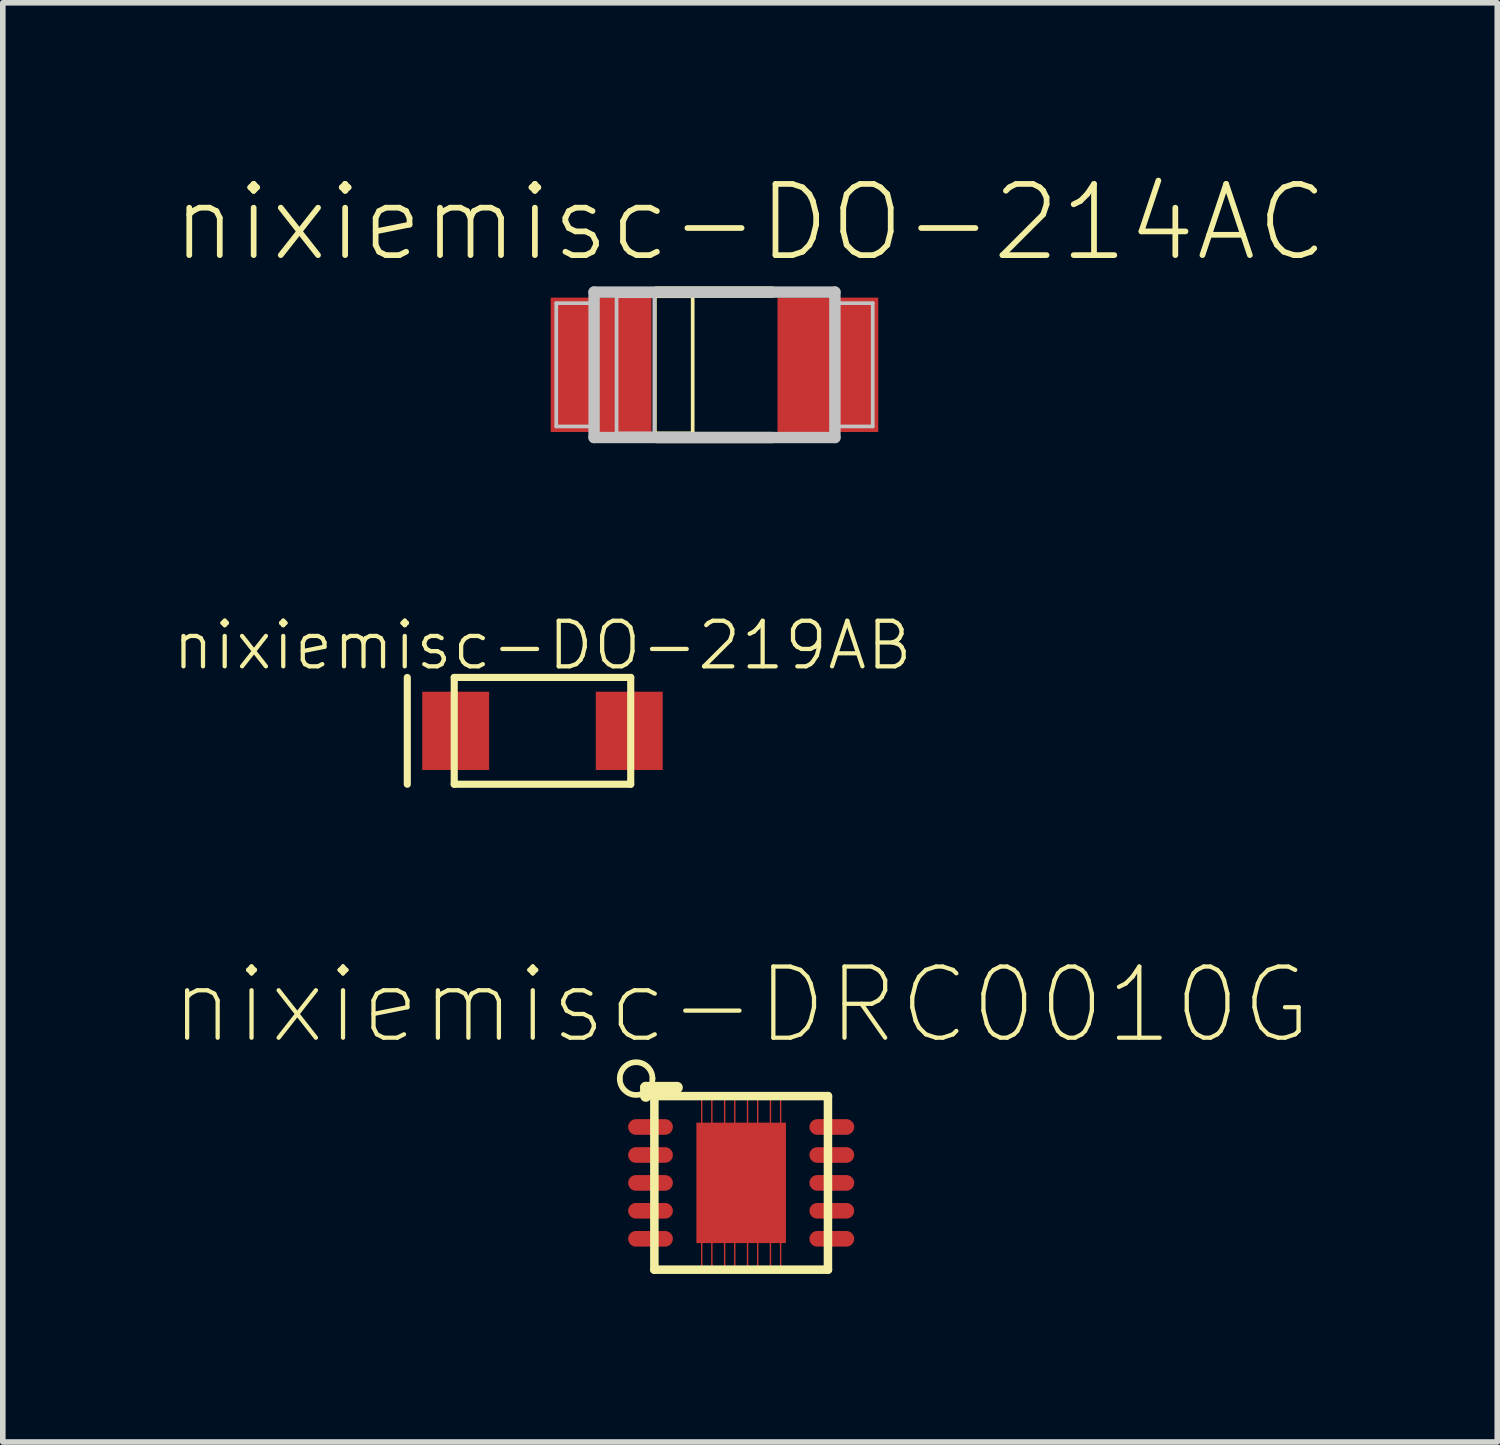
<source format=kicad_pcb>
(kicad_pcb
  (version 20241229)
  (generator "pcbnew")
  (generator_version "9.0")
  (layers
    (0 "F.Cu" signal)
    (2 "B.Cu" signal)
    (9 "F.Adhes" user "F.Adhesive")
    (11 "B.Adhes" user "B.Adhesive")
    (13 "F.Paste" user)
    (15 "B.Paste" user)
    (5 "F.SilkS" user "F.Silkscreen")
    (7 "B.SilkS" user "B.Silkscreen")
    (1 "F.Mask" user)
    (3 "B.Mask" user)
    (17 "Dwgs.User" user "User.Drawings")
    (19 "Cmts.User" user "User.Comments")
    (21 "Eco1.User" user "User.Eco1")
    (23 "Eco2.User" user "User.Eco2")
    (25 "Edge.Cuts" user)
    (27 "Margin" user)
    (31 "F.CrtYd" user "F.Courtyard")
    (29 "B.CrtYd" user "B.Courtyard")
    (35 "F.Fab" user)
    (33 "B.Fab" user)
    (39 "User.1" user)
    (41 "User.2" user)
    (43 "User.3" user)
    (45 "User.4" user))
  (footprint "nixiemisc-DO-214AC"
    (layer "F.Cu")
    (at 9.702 3.461)
    (property "Reference" "nixiemisc-DO-214AC" (at 0.635 -2.54 0) (unlocked yes) (layer "F.SilkS") (effects (font (size 1.27 1.27) (thickness 0.102))))
    (attr smd)
    (fp_line (start -1.064 -1.224) (end -0.389 -1.224) (stroke (width 0.066) (type solid)) (layer "F.SilkS"))
    (fp_line (start -1.064 1.224) (end -1.064 -1.224) (stroke (width 0.066) (type solid)) (layer "F.SilkS"))
    (fp_line (start -1.064 1.224) (end -0.389 1.224) (stroke (width 0.066) (type solid)) (layer "F.SilkS"))
    (fp_line (start -1.034 -1.298) (end 1.024 -1.298) (stroke (width 0.203) (type solid)) (layer "F.SilkS"))
    (fp_line (start -0.389 1.224) (end -0.389 -1.224) (stroke (width 0.066) (type solid)) (layer "F.SilkS"))
    (fp_line (start 1.024 1.298) (end -1.034 1.298) (stroke (width 0.203) (type solid)) (layer "F.SilkS"))
    (fp_line (start -2.824 -1.1) (end -2.174 -1.1) (stroke (width 0.066) (type solid)) (layer "Dwgs.User"))
    (fp_line (start -2.824 1.1) (end -2.824 -1.1) (stroke (width 0.066) (type solid)) (layer "Dwgs.User"))
    (fp_line (start -2.824 1.1) (end -2.174 1.1) (stroke (width 0.066) (type solid)) (layer "Dwgs.User"))
    (fp_line (start -2.174 1.1) (end -2.174 -1.1) (stroke (width 0.066) (type solid)) (layer "Dwgs.User"))
    (fp_line (start -2.149 -1.298) (end 2.149 -1.298) (stroke (width 0.203) (type solid)) (layer "Dwgs.User"))
    (fp_line (start -2.149 1.298) (end -2.149 -1.298) (stroke (width 0.203) (type solid)) (layer "Dwgs.User"))
    (fp_line (start -1.748 -1.224) (end -1.074 -1.224) (stroke (width 0.066) (type solid)) (layer "Dwgs.User"))
    (fp_line (start -1.748 1.224) (end -1.748 -1.224) (stroke (width 0.066) (type solid)) (layer "Dwgs.User"))
    (fp_line (start -1.748 1.224) (end -1.074 1.224) (stroke (width 0.066) (type solid)) (layer "Dwgs.User"))
    (fp_line (start -1.074 1.224) (end -1.074 -1.224) (stroke (width 0.066) (type solid)) (layer "Dwgs.User"))
    (fp_line (start 2.149 -1.298) (end 2.149 1.298) (stroke (width 0.203) (type solid)) (layer "Dwgs.User"))
    (fp_line (start 2.149 1.298) (end -2.149 1.298) (stroke (width 0.203) (type solid)) (layer "Dwgs.User"))
    (fp_line (start 2.174 -1.1) (end 2.174 1.1) (stroke (width 0.066) (type solid)) (layer "Dwgs.User"))
    (fp_line (start 2.824 -1.1) (end 2.174 -1.1) (stroke (width 0.066) (type solid)) (layer "Dwgs.User"))
    (fp_line (start 2.824 -1.1) (end 2.824 1.1) (stroke (width 0.066) (type solid)) (layer "Dwgs.User"))
    (fp_line (start 2.824 1.1) (end 2.174 1.1) (stroke (width 0.066) (type solid)) (layer "Dwgs.User"))
    (pad "A" smd rect (at 2.024 0 180) (size 1.798 2.398) (layers "F.Cu" "F.Mask" "F.Paste"))
    (pad "C" smd rect (at -2.024 0) (size 1.798 2.398) (layers "F.Cu" "F.Mask" "F.Paste")))
  (footprint "nixiemisc-DO-219AB"
    (layer "F.Cu")
    (at 6.632 9.994)
    (property "Reference" "nixiemisc-DO-219AB" (at 0 -1.524 0) (unlocked yes) (layer "F.SilkS") (effects (font (size 0.813 0.813) (thickness 0.076))))
    (attr smd)
    (fp_line (start -2.413 -0.953) (end -2.413 0.953) (stroke (width 0.127) (type solid)) (layer "F.SilkS"))
    (fp_line (start -1.575 -0.953) (end 1.575 -0.953) (stroke (width 0.127) (type solid)) (layer "F.SilkS"))
    (fp_line (start -1.575 0.953) (end -1.575 -0.953) (stroke (width 0.127) (type solid)) (layer "F.SilkS"))
    (fp_line (start 1.575 -0.953) (end 1.575 0.953) (stroke (width 0.127) (type solid)) (layer "F.SilkS"))
    (fp_line (start 1.575 0.953) (end -1.575 0.953) (stroke (width 0.127) (type solid)) (layer "F.SilkS"))
    (pad "A" smd rect (at 1.549 0 180) (size 1.194 1.397) (layers "F.Cu" "F.Mask" "F.Paste"))
    (pad "C" smd rect (at -1.549 0) (size 1.194 1.397) (layers "F.Cu" "F.Mask" "F.Paste")))
  (footprint "nixiemisc-DRC0010G"
    (layer "F.Cu")
    (at 10.178 18.062)
    (property "Reference" "nixiemisc-DRC0010G" (at 0 -3.175 0) (unlocked yes) (layer "F.SilkS") (effects (font (size 1.27 1.27) (thickness 0.076))))
    (attr smd)
    (fp_poly (pts (xy -0.523 -1.499) (xy -0.704 -1.499) (xy -0.704 -1.049) (xy -0.523 -1.049) (xy -0.523 -1.499)) (stroke (width 0.025) (type solid)) (fill no) (layer "F.Cu"))
    (fp_poly (pts (xy -0.523 1.049) (xy -0.704 1.049) (xy -0.704 1.499) (xy -0.523 1.499) (xy -0.523 1.049)) (stroke (width 0.025) (type solid)) (fill no) (layer "F.Cu"))
    (fp_poly (pts (xy -0.114 -1.499) (xy -0.295 -1.499) (xy -0.295 -1.049) (xy -0.114 -1.049) (xy -0.114 -1.499)) (stroke (width 0.025) (type solid)) (fill no) (layer "F.Cu"))
    (fp_poly (pts (xy -0.114 1.049) (xy -0.295 1.049) (xy -0.295 1.499) (xy -0.114 1.499) (xy -0.114 1.049)) (stroke (width 0.025) (type solid)) (fill no) (layer "F.Cu"))
    (fp_poly (pts (xy 0.295 -1.499) (xy 0.114 -1.499) (xy 0.114 -1.049) (xy 0.295 -1.049) (xy 0.295 -1.499)) (stroke (width 0.025) (type solid)) (fill no) (layer "F.Cu"))
    (fp_poly (pts (xy 0.295 1.049) (xy 0.114 1.049) (xy 0.114 1.499) (xy 0.295 1.499) (xy 0.295 1.049)) (stroke (width 0.025) (type solid)) (fill no) (layer "F.Cu"))
    (fp_poly (pts (xy 0.704 -1.499) (xy 0.523 -1.499) (xy 0.523 -1.049) (xy 0.704 -1.049) (xy 0.704 -1.499)) (stroke (width 0.025) (type solid)) (fill no) (layer "F.Cu"))
    (fp_poly (pts (xy 0.704 1.049) (xy 0.523 1.049) (xy 0.523 1.499) (xy 0.704 1.499) (xy 0.704 1.049)) (stroke (width 0.025) (type solid)) (fill no) (layer "F.Cu"))
    (fp_poly (pts (xy -0.523 -1.499) (xy -0.704 -1.499) (xy -0.704 -1.049) (xy -0.523 -1.049) (xy -0.523 -1.499)) (stroke (width 0.025) (type solid)) (fill no) (layer "F.Mask"))
    (fp_poly (pts (xy -0.523 1.049) (xy -0.704 1.049) (xy -0.704 1.499) (xy -0.523 1.499) (xy -0.523 1.049)) (stroke (width 0.025) (type solid)) (fill no) (layer "F.Mask"))
    (fp_poly (pts (xy -0.114 -1.499) (xy -0.295 -1.499) (xy -0.295 -1.049) (xy -0.114 -1.049) (xy -0.114 -1.499)) (stroke (width 0.025) (type solid)) (fill no) (layer "F.Mask"))
    (fp_poly (pts (xy -0.114 1.049) (xy -0.295 1.049) (xy -0.295 1.499) (xy -0.114 1.499) (xy -0.114 1.049)) (stroke (width 0.025) (type solid)) (fill no) (layer "F.Mask"))
    (fp_poly (pts (xy 0.295 -1.499) (xy 0.114 -1.499) (xy 0.114 -1.049) (xy 0.295 -1.049) (xy 0.295 -1.499)) (stroke (width 0.025) (type solid)) (fill no) (layer "F.Mask"))
    (fp_poly (pts (xy 0.295 1.049) (xy 0.114 1.049) (xy 0.114 1.499) (xy 0.295 1.499) (xy 0.295 1.049)) (stroke (width 0.025) (type solid)) (fill no) (layer "F.Mask"))
    (fp_poly (pts (xy 0.704 -1.499) (xy 0.523 -1.499) (xy 0.523 -1.049) (xy 0.704 -1.049) (xy 0.704 -1.499)) (stroke (width 0.025) (type solid)) (fill no) (layer "F.Mask"))
    (fp_poly (pts (xy 0.704 1.049) (xy 0.523 1.049) (xy 0.523 1.499) (xy 0.704 1.499) (xy 0.704 1.049)) (stroke (width 0.025) (type solid)) (fill no) (layer "F.Mask"))
    (fp_line (start -1.702 -1.702) (end -1.143 -1.702) (stroke (width 0.203) (type solid)) (layer "F.SilkS"))
    (fp_line (start -1.702 -1.549) (end -1.702 -1.702) (stroke (width 0.203) (type solid)) (layer "F.SilkS"))
    (fp_line (start -1.549 -1.549) (end 1.549 -1.549) (stroke (width 0.152) (type solid)) (layer "F.SilkS"))
    (fp_line (start -1.549 1.549) (end -1.549 -1.549) (stroke (width 0.152) (type solid)) (layer "F.SilkS"))
    (fp_line (start -1.549 1.549) (end 1.549 1.549) (stroke (width 0.152) (type solid)) (layer "F.SilkS"))
    (fp_line (start 1.549 1.549) (end 1.549 -1.549) (stroke (width 0.152) (type solid)) (layer "F.SilkS"))
    (fp_arc (start -2.16662 -1.86182) (mid -1.87452 -2.15392) (end -1.58242 -1.86182) (stroke (width 0.1016) (type solid)) (layer "F.SilkS"))
    (fp_arc (start -1.58242 -1.86182) (mid -1.87452 -1.56972) (end -2.16662 -1.86182) (stroke (width 0.1016) (type solid)) (layer "F.SilkS"))
    (fp_poly (pts (xy -0.688 1.039) (xy 0.676 1.039) (xy 0.676 0.099) (xy -0.688 0.099) (xy -0.688 1.039)) (stroke (width 0.025) (type solid)) (fill no) (layer "F.Paste"))
    (fp_poly (pts (xy -0.683 -0.099) (xy 0.681 -0.099) (xy 0.681 -1.039) (xy -0.683 -1.039) (xy -0.683 -0.099)) (stroke (width 0.025) (type solid)) (fill no) (layer "F.Paste"))
    (fp_poly (pts (xy -0.523 -1.499) (xy -0.704 -1.499) (xy -0.704 -1.049) (xy -0.523 -1.049) (xy -0.523 -1.499)) (stroke (width 0.025) (type solid)) (fill no) (layer "F.Paste"))
    (fp_poly (pts (xy -0.523 1.049) (xy -0.704 1.049) (xy -0.704 1.499) (xy -0.523 1.499) (xy -0.523 1.049)) (stroke (width 0.025) (type solid)) (fill no) (layer "F.Paste"))
    (fp_poly (pts (xy -0.114 -1.499) (xy -0.295 -1.499) (xy -0.295 -1.049) (xy -0.114 -1.049) (xy -0.114 -1.499)) (stroke (width 0.025) (type solid)) (fill no) (layer "F.Paste"))
    (fp_poly (pts (xy -0.114 1.049) (xy -0.295 1.049) (xy -0.295 1.499) (xy -0.114 1.499) (xy -0.114 1.049)) (stroke (width 0.025) (type solid)) (fill no) (layer "F.Paste"))
    (fp_poly (pts (xy 0.295 -1.499) (xy 0.114 -1.499) (xy 0.114 -1.049) (xy 0.295 -1.049) (xy 0.295 -1.499)) (stroke (width 0.025) (type solid)) (fill no) (layer "F.Paste"))
    (fp_poly (pts (xy 0.295 1.049) (xy 0.114 1.049) (xy 0.114 1.499) (xy 0.295 1.499) (xy 0.295 1.049)) (stroke (width 0.025) (type solid)) (fill no) (layer "F.Paste"))
    (fp_poly (pts (xy 0.704 -1.499) (xy 0.523 -1.499) (xy 0.523 -1.049) (xy 0.704 -1.049) (xy 0.704 -1.499)) (stroke (width 0.025) (type solid)) (fill no) (layer "F.Paste"))
    (fp_poly (pts (xy 0.704 1.049) (xy 0.523 1.049) (xy 0.523 1.499) (xy 0.704 1.499) (xy 0.704 1.049)) (stroke (width 0.025) (type solid)) (fill no) (layer "F.Paste"))
    (pad "1" smd oval (at -1.618 -0.998 180) (size 0.798 0.279) (layers "F.Cu" "F.Mask" "F.Paste"))
    (pad "2" smd oval (at -1.618 -0.498 180) (size 0.798 0.279) (layers "F.Cu" "F.Mask" "F.Paste"))
    (pad "3" smd oval (at -1.618 0 180) (size 0.798 0.279) (layers "F.Cu" "F.Mask" "F.Paste"))
    (pad "4" smd oval (at -1.618 0.498 180) (size 0.798 0.279) (layers "F.Cu" "F.Mask" "F.Paste"))
    (pad "5" smd oval (at -1.618 0.998 180) (size 0.798 0.279) (layers "F.Cu" "F.Mask" "F.Paste"))
    (pad "6" smd oval (at 1.618 0.998 180) (size 0.798 0.279) (layers "F.Cu" "F.Mask" "F.Paste"))
    (pad "7" smd oval (at 1.618 0.498 180) (size 0.798 0.279) (layers "F.Cu" "F.Mask" "F.Paste"))
    (pad "8" smd oval (at 1.618 0 180) (size 0.798 0.279) (layers "F.Cu" "F.Mask" "F.Paste"))
    (pad "9" smd oval (at 1.618 -0.498 180) (size 0.798 0.279) (layers "F.Cu" "F.Mask" "F.Paste"))
    (pad "10" smd oval (at 1.618 -0.998 180) (size 0.798 0.279) (layers "F.Cu" "F.Mask" "F.Paste"))
    (pad "11" smd rect (at 0 0) (size 1.598 2.149) (layers "F.Cu" "F.Mask" "F.Paste")))
  (gr_rect
    (start -3 -3)
    (end 23.673 22.687)
    (stroke (width 0.1) (type default))
    (fill no)
    (layer "Edge.Cuts")))
</source>
